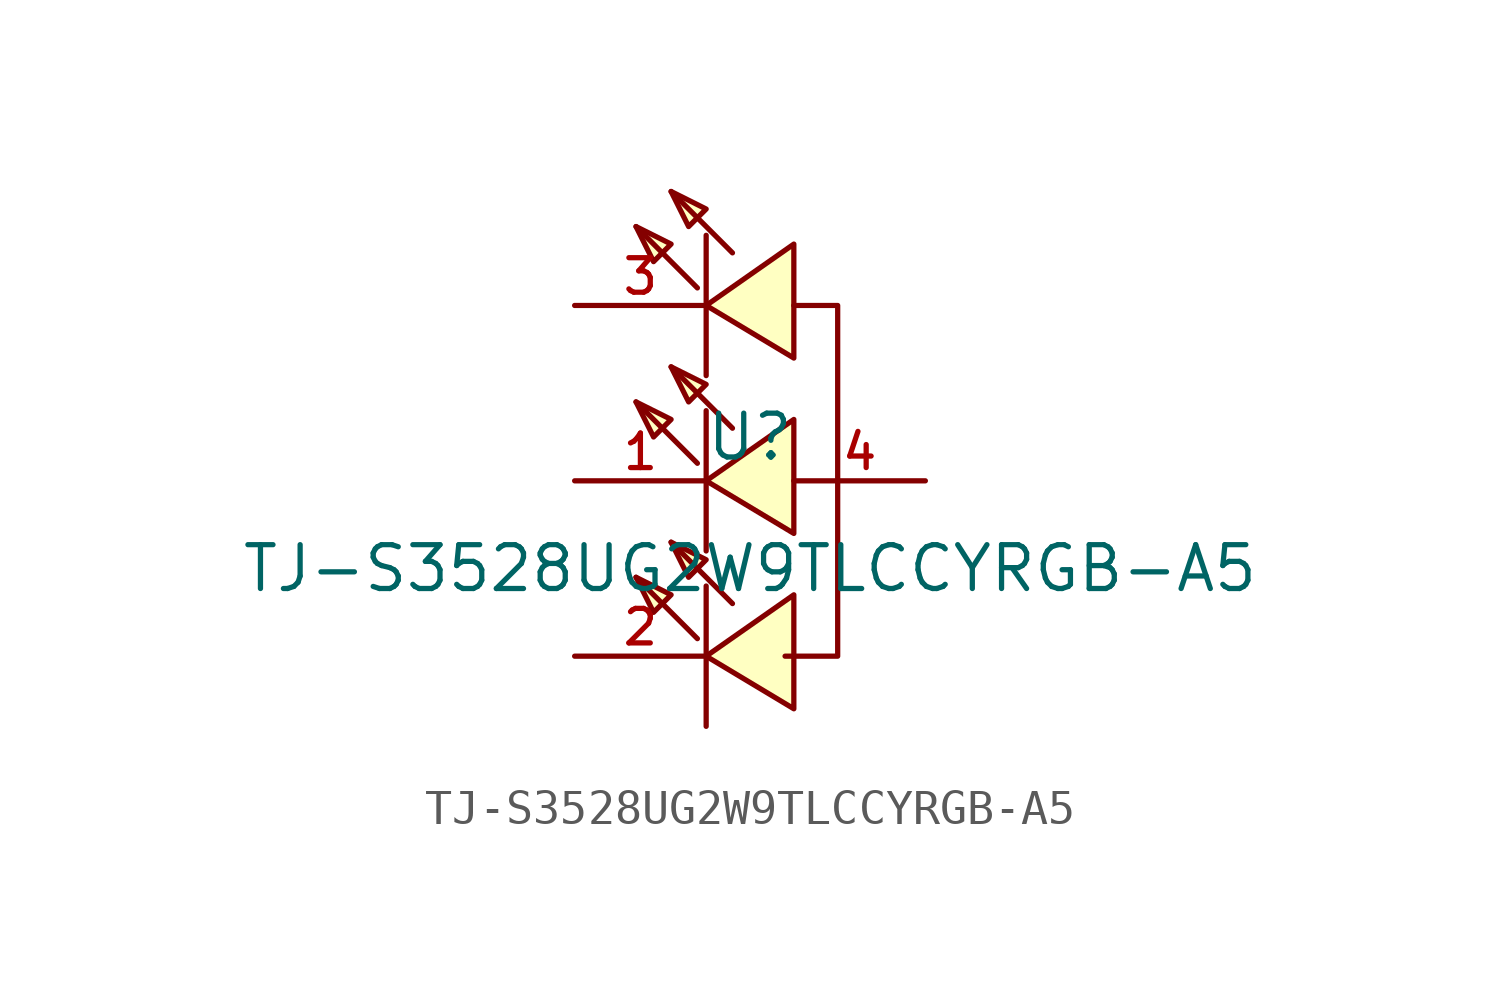
<source format=kicad_sym>
(kicad_symbol_lib
  (version 20210201)
  (generator TousstNicolas/JLC2KiCad_lib)
  (symbol "TJ-S3528UG2W9TLCCYRGB-A5"
    (pin_names hide)
    (property "Reference" "U"
      (at 0 1.27 0)
      (effects (font (size 1.27 1.27))))
    (property "Value" "TJ-S3528UG2W9TLCCYRGB-A5"
      (at 0 -2.54 0)
      (effects (font (size 1.27 1.27))))
    (symbol "TJ-S3528UG2W9TLCCYRGB-A5_0_1"
      (polyline (pts (xy 1.27 5.08) (xy 2.54 5.08) (xy 2.54 -5.08) (xy 1.016 -5.08)) (stroke (width 0) (type default) (color 0 0 0 0)) (fill (type none)))
      (polyline (pts (xy -3.302 -2.794) (xy -2.286 -3.302) (xy -2.794 -3.81) (xy -3.302 -2.794)) (stroke (width 0) (type default) (color 0 0 0 0)) (fill (type background)))
      (polyline (pts (xy -2.286 -1.778) (xy -1.27 -2.286) (xy -1.778 -2.794) (xy -2.286 -1.778)) (stroke (width 0) (type default) (color 0 0 0 0)) (fill (type background)))
      (pin unspecified line (at -5.08 -5.08 0) (length 3.81) (name "-" (effects (font (size 1 1)))) (number "2" (effects (font (size 1 1)))))
      (polyline (pts (xy -1.524 -4.572) (xy -3.302 -2.794)) (stroke (width 0) (type default) (color 0 0 0 0)) (fill (type none)))
      (polyline (pts (xy -0.508 -3.556) (xy -2.286 -1.778)) (stroke (width 0) (type default) (color 0 0 0 0)) (fill (type none)))
      (polyline (pts (xy -1.27 -3.048) (xy -1.27 -7.112)) (stroke (width 0) (type default) (color 0 0 0 0)) (fill (type none)))
      (polyline (pts (xy 1.27 -6.604) (xy -1.27 -5.08) (xy 1.27 -3.302) (xy 1.27 -6.604)) (stroke (width 0) (type default) (color 0 0 0 0)) (fill (type background)))
      (polyline (pts (xy -3.302 7.366) (xy -2.286 6.858) (xy -2.794 6.35) (xy -3.302 7.366)) (stroke (width 0) (type default) (color 0 0 0 0)) (fill (type background)))
      (polyline (pts (xy -2.286 8.382) (xy -1.27 7.874) (xy -1.778 7.366) (xy -2.286 8.382)) (stroke (width 0) (type default) (color 0 0 0 0)) (fill (type background)))
      (pin unspecified line (at -5.08 5.08 0) (length 3.81) (name "-" (effects (font (size 1 1)))) (number "3" (effects (font (size 1 1)))))
      (polyline (pts (xy -1.524 5.588) (xy -3.302 7.366)) (stroke (width 0) (type default) (color 0 0 0 0)) (fill (type none)))
      (polyline (pts (xy -0.508 6.604) (xy -2.286 8.382)) (stroke (width 0) (type default) (color 0 0 0 0)) (fill (type none)))
      (polyline (pts (xy -1.27 7.112) (xy -1.27 3.048)) (stroke (width 0) (type default) (color 0 0 0 0)) (fill (type none)))
      (polyline (pts (xy 1.27 3.556) (xy -1.27 5.08) (xy 1.27 6.858) (xy 1.27 3.556)) (stroke (width 0) (type default) (color 0 0 0 0)) (fill (type background)))
      (polyline (pts (xy 1.27 -1.524) (xy -1.27 -0.0) (xy 1.27 1.778) (xy 1.27 -1.524)) (stroke (width 0) (type default) (color 0 0 0 0)) (fill (type background)))
      (polyline (pts (xy -1.27 2.032) (xy -1.27 -2.032)) (stroke (width 0) (type default) (color 0 0 0 0)) (fill (type none)))
      (pin unspecified line (at 5.08 -0.0 180) (length 3.81) (name "+" (effects (font (size 1 1)))) (number "4" (effects (font (size 1 1)))))
      (polyline (pts (xy -0.508 1.524) (xy -2.286 3.302)) (stroke (width 0) (type default) (color 0 0 0 0)) (fill (type none)))
      (polyline (pts (xy -1.524 0.508) (xy -3.302 2.286)) (stroke (width 0) (type default) (color 0 0 0 0)) (fill (type none)))
      (pin unspecified line (at -5.08 -0.0 0) (length 3.81) (name "-" (effects (font (size 1 1)))) (number "1" (effects (font (size 1 1)))))
      (polyline (pts (xy -2.286 3.302) (xy -1.27 2.794) (xy -1.778 2.286) (xy -2.286 3.302)) (stroke (width 0) (type default) (color 0 0 0 0)) (fill (type background)))
      (polyline (pts (xy -3.302 2.286) (xy -2.286 1.778) (xy -2.794 1.27) (xy -3.302 2.286)) (stroke (width 0) (type default) (color 0 0 0 0)) (fill (type background))))))
</source>
